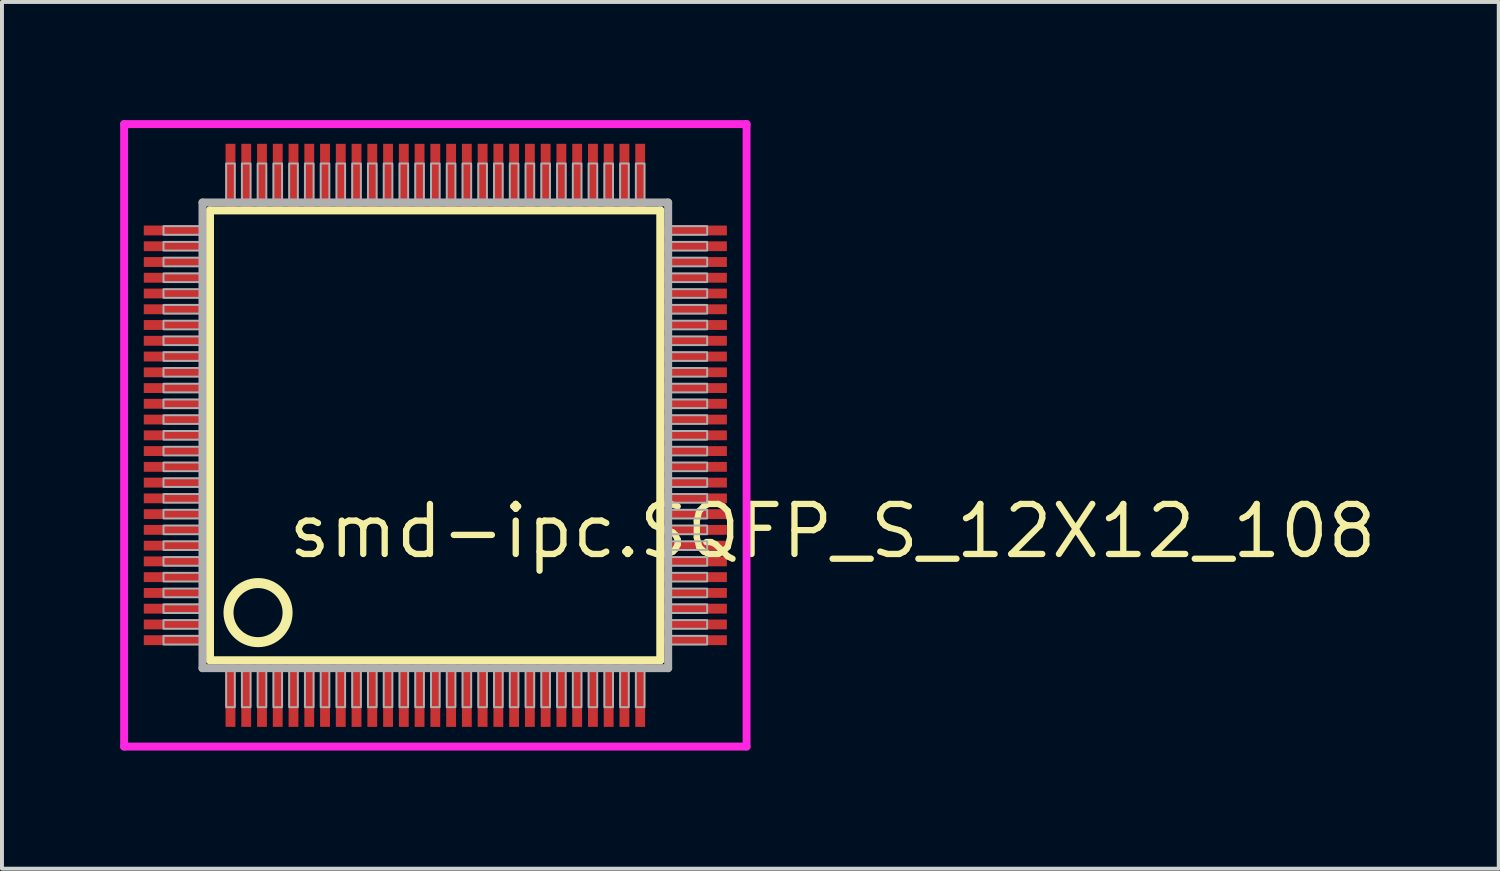
<source format=kicad_pcb>
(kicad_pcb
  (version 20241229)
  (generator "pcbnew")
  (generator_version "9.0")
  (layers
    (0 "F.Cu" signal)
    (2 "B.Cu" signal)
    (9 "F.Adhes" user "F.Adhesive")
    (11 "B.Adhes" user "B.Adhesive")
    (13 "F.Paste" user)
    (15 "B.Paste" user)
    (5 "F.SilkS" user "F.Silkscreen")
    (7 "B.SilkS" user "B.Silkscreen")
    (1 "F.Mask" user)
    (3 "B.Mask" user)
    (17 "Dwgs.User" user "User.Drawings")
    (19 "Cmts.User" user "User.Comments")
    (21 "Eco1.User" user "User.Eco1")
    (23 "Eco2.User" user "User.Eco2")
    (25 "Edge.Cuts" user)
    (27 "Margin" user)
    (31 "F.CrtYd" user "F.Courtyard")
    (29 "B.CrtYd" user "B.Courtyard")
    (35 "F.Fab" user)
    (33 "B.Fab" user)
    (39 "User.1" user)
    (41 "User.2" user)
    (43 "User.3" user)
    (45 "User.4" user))
  (footprint "smd-ipc.SQFP_S_12X12_108"
    (layer "F.Cu")
    (at 8 8)
    (property "Reference" "smd-ipc.SQFP_S_12X12_108" (at -3.81 3.175 0) (layer "F.SilkS") (effects (font (size 1.27 1.27) (thickness 0.16)) (justify left bottom)))
    (attr smd)
    (fp_line (start -5.72 -5.71) (end 5.71 -5.71) (stroke (width 0.203) (type default)) (layer "F.SilkS"))
    (fp_line (start -5.72 5.71) (end -5.72 -5.71) (stroke (width 0.203) (type default)) (layer "F.SilkS"))
    (fp_line (start 5.71 -5.71) (end 5.71 5.71) (stroke (width 0.203) (type default)) (layer "F.SilkS"))
    (fp_line (start 5.71 5.71) (end -5.72 5.71) (stroke (width 0.203) (type default)) (layer "F.SilkS"))
    (fp_circle (center -4.5 4.5) (end -3.75 4.5) (stroke (width 0.254) (type default)) (fill no) (layer "F.SilkS"))
    (fp_line (start -7.9 -7.9) (end 7.9 -7.9) (stroke (width 0.2) (type default)) (layer "F.CrtYd"))
    (fp_line (start -7.9 7.9) (end -7.9 -7.9) (stroke (width 0.2) (type default)) (layer "F.CrtYd"))
    (fp_line (start 7.9 -7.9) (end 7.9 7.9) (stroke (width 0.2) (type default)) (layer "F.CrtYd"))
    (fp_line (start 7.9 7.9) (end -7.9 7.9) (stroke (width 0.2) (type default)) (layer "F.CrtYd"))
    (fp_line (start -5.91 -5.91) (end -5.91 5.91) (stroke (width 0.203) (type default)) (layer "F.Fab"))
    (fp_line (start -5.91 5.91) (end 5.91 5.91) (stroke (width 0.203) (type default)) (layer "F.Fab"))
    (fp_line (start 5.91 -5.91) (end -5.91 -5.91) (stroke (width 0.203) (type default)) (layer "F.Fab"))
    (fp_line (start 5.91 5.91) (end 5.91 -5.91) (stroke (width 0.203) (type default)) (layer "F.Fab"))
    (fp_rect (start -6.9 -5.09) (end -5.95 -5.31) (stroke (width 0.05) (type default)) (fill no) (layer "F.Fab"))
    (fp_rect (start -6.9 -4.69) (end -5.95 -4.91) (stroke (width 0.05) (type default)) (fill no) (layer "F.Fab"))
    (fp_rect (start -6.9 -4.29) (end -5.95 -4.51) (stroke (width 0.05) (type default)) (fill no) (layer "F.Fab"))
    (fp_rect (start -6.9 -3.89) (end -5.95 -4.11) (stroke (width 0.05) (type default)) (fill no) (layer "F.Fab"))
    (fp_rect (start -6.9 -3.49) (end -5.95 -3.71) (stroke (width 0.05) (type default)) (fill no) (layer "F.Fab"))
    (fp_rect (start -6.9 -3.09) (end -5.95 -3.31) (stroke (width 0.05) (type default)) (fill no) (layer "F.Fab"))
    (fp_rect (start -6.9 -2.69) (end -5.95 -2.91) (stroke (width 0.05) (type default)) (fill no) (layer "F.Fab"))
    (fp_rect (start -6.9 -2.29) (end -5.95 -2.51) (stroke (width 0.05) (type default)) (fill no) (layer "F.Fab"))
    (fp_rect (start -6.9 -1.89) (end -5.95 -2.11) (stroke (width 0.05) (type default)) (fill no) (layer "F.Fab"))
    (fp_rect (start -6.9 -1.49) (end -5.95 -1.71) (stroke (width 0.05) (type default)) (fill no) (layer "F.Fab"))
    (fp_rect (start -6.9 -1.09) (end -5.95 -1.31) (stroke (width 0.05) (type default)) (fill no) (layer "F.Fab"))
    (fp_rect (start -6.9 -0.69) (end -5.95 -0.91) (stroke (width 0.05) (type default)) (fill no) (layer "F.Fab"))
    (fp_rect (start -6.9 -0.29) (end -5.95 -0.51) (stroke (width 0.05) (type default)) (fill no) (layer "F.Fab"))
    (fp_rect (start -6.9 0.11) (end -5.95 -0.11) (stroke (width 0.05) (type default)) (fill no) (layer "F.Fab"))
    (fp_rect (start -6.9 0.51) (end -5.95 0.29) (stroke (width 0.05) (type default)) (fill no) (layer "F.Fab"))
    (fp_rect (start -6.9 0.91) (end -5.95 0.69) (stroke (width 0.05) (type default)) (fill no) (layer "F.Fab"))
    (fp_rect (start -6.9 1.31) (end -5.95 1.09) (stroke (width 0.05) (type default)) (fill no) (layer "F.Fab"))
    (fp_rect (start -6.9 1.71) (end -5.95 1.49) (stroke (width 0.05) (type default)) (fill no) (layer "F.Fab"))
    (fp_rect (start -6.9 2.11) (end -5.95 1.89) (stroke (width 0.05) (type default)) (fill no) (layer "F.Fab"))
    (fp_rect (start -6.9 2.51) (end -5.95 2.29) (stroke (width 0.05) (type default)) (fill no) (layer "F.Fab"))
    (fp_rect (start -6.9 2.91) (end -5.95 2.69) (stroke (width 0.05) (type default)) (fill no) (layer "F.Fab"))
    (fp_rect (start -6.9 3.31) (end -5.95 3.09) (stroke (width 0.05) (type default)) (fill no) (layer "F.Fab"))
    (fp_rect (start -6.9 3.71) (end -5.95 3.49) (stroke (width 0.05) (type default)) (fill no) (layer "F.Fab"))
    (fp_rect (start -6.9 4.11) (end -5.95 3.89) (stroke (width 0.05) (type default)) (fill no) (layer "F.Fab"))
    (fp_rect (start -6.9 4.51) (end -5.95 4.29) (stroke (width 0.05) (type default)) (fill no) (layer "F.Fab"))
    (fp_rect (start -6.9 4.91) (end -5.95 4.69) (stroke (width 0.05) (type default)) (fill no) (layer "F.Fab"))
    (fp_rect (start -6.9 5.31) (end -5.95 5.09) (stroke (width 0.05) (type default)) (fill no) (layer "F.Fab"))
    (fp_rect (start -5.31 -5.95) (end -5.09 -6.9) (stroke (width 0.05) (type default)) (fill no) (layer "F.Fab"))
    (fp_rect (start -5.31 6.9) (end -5.09 5.95) (stroke (width 0.05) (type default)) (fill no) (layer "F.Fab"))
    (fp_rect (start -4.91 -5.95) (end -4.69 -6.9) (stroke (width 0.05) (type default)) (fill no) (layer "F.Fab"))
    (fp_rect (start -4.91 6.9) (end -4.69 5.95) (stroke (width 0.05) (type default)) (fill no) (layer "F.Fab"))
    (fp_rect (start -4.51 -5.95) (end -4.29 -6.9) (stroke (width 0.05) (type default)) (fill no) (layer "F.Fab"))
    (fp_rect (start -4.51 6.9) (end -4.29 5.95) (stroke (width 0.05) (type default)) (fill no) (layer "F.Fab"))
    (fp_rect (start -4.11 -5.95) (end -3.89 -6.9) (stroke (width 0.05) (type default)) (fill no) (layer "F.Fab"))
    (fp_rect (start -4.11 6.9) (end -3.89 5.95) (stroke (width 0.05) (type default)) (fill no) (layer "F.Fab"))
    (fp_rect (start -3.71 -5.95) (end -3.49 -6.9) (stroke (width 0.05) (type default)) (fill no) (layer "F.Fab"))
    (fp_rect (start -3.71 6.9) (end -3.49 5.95) (stroke (width 0.05) (type default)) (fill no) (layer "F.Fab"))
    (fp_rect (start -3.31 -5.95) (end -3.09 -6.9) (stroke (width 0.05) (type default)) (fill no) (layer "F.Fab"))
    (fp_rect (start -3.31 6.9) (end -3.09 5.95) (stroke (width 0.05) (type default)) (fill no) (layer "F.Fab"))
    (fp_rect (start -2.91 -5.95) (end -2.69 -6.9) (stroke (width 0.05) (type default)) (fill no) (layer "F.Fab"))
    (fp_rect (start -2.91 6.9) (end -2.69 5.95) (stroke (width 0.05) (type default)) (fill no) (layer "F.Fab"))
    (fp_rect (start -2.51 -5.95) (end -2.29 -6.9) (stroke (width 0.05) (type default)) (fill no) (layer "F.Fab"))
    (fp_rect (start -2.51 6.9) (end -2.29 5.95) (stroke (width 0.05) (type default)) (fill no) (layer "F.Fab"))
    (fp_rect (start -2.11 -5.95) (end -1.89 -6.9) (stroke (width 0.05) (type default)) (fill no) (layer "F.Fab"))
    (fp_rect (start -2.11 6.9) (end -1.89 5.95) (stroke (width 0.05) (type default)) (fill no) (layer "F.Fab"))
    (fp_rect (start -1.71 -5.95) (end -1.49 -6.9) (stroke (width 0.05) (type default)) (fill no) (layer "F.Fab"))
    (fp_rect (start -1.71 6.9) (end -1.49 5.95) (stroke (width 0.05) (type default)) (fill no) (layer "F.Fab"))
    (fp_rect (start -1.31 -5.95) (end -1.09 -6.9) (stroke (width 0.05) (type default)) (fill no) (layer "F.Fab"))
    (fp_rect (start -1.31 6.9) (end -1.09 5.95) (stroke (width 0.05) (type default)) (fill no) (layer "F.Fab"))
    (fp_rect (start -0.91 -5.95) (end -0.69 -6.9) (stroke (width 0.05) (type default)) (fill no) (layer "F.Fab"))
    (fp_rect (start -0.91 6.9) (end -0.69 5.95) (stroke (width 0.05) (type default)) (fill no) (layer "F.Fab"))
    (fp_rect (start -0.51 -5.95) (end -0.29 -6.9) (stroke (width 0.05) (type default)) (fill no) (layer "F.Fab"))
    (fp_rect (start -0.51 6.9) (end -0.29 5.95) (stroke (width 0.05) (type default)) (fill no) (layer "F.Fab"))
    (fp_rect (start -0.11 -5.95) (end 0.11 -6.9) (stroke (width 0.05) (type default)) (fill no) (layer "F.Fab"))
    (fp_rect (start -0.11 6.9) (end 0.11 5.95) (stroke (width 0.05) (type default)) (fill no) (layer "F.Fab"))
    (fp_rect (start 0.29 -5.95) (end 0.51 -6.9) (stroke (width 0.05) (type default)) (fill no) (layer "F.Fab"))
    (fp_rect (start 0.29 6.9) (end 0.51 5.95) (stroke (width 0.05) (type default)) (fill no) (layer "F.Fab"))
    (fp_rect (start 0.69 -5.95) (end 0.91 -6.9) (stroke (width 0.05) (type default)) (fill no) (layer "F.Fab"))
    (fp_rect (start 0.69 6.9) (end 0.91 5.95) (stroke (width 0.05) (type default)) (fill no) (layer "F.Fab"))
    (fp_rect (start 1.09 -5.95) (end 1.31 -6.9) (stroke (width 0.05) (type default)) (fill no) (layer "F.Fab"))
    (fp_rect (start 1.09 6.9) (end 1.31 5.95) (stroke (width 0.05) (type default)) (fill no) (layer "F.Fab"))
    (fp_rect (start 1.49 -5.95) (end 1.71 -6.9) (stroke (width 0.05) (type default)) (fill no) (layer "F.Fab"))
    (fp_rect (start 1.49 6.9) (end 1.71 5.95) (stroke (width 0.05) (type default)) (fill no) (layer "F.Fab"))
    (fp_rect (start 1.89 -5.95) (end 2.11 -6.9) (stroke (width 0.05) (type default)) (fill no) (layer "F.Fab"))
    (fp_rect (start 1.89 6.9) (end 2.11 5.95) (stroke (width 0.05) (type default)) (fill no) (layer "F.Fab"))
    (fp_rect (start 2.29 -5.95) (end 2.51 -6.9) (stroke (width 0.05) (type default)) (fill no) (layer "F.Fab"))
    (fp_rect (start 2.29 6.9) (end 2.51 5.95) (stroke (width 0.05) (type default)) (fill no) (layer "F.Fab"))
    (fp_rect (start 2.69 -5.95) (end 2.91 -6.9) (stroke (width 0.05) (type default)) (fill no) (layer "F.Fab"))
    (fp_rect (start 2.69 6.9) (end 2.91 5.95) (stroke (width 0.05) (type default)) (fill no) (layer "F.Fab"))
    (fp_rect (start 3.09 -5.95) (end 3.31 -6.9) (stroke (width 0.05) (type default)) (fill no) (layer "F.Fab"))
    (fp_rect (start 3.09 6.9) (end 3.31 5.95) (stroke (width 0.05) (type default)) (fill no) (layer "F.Fab"))
    (fp_rect (start 3.49 -5.95) (end 3.71 -6.9) (stroke (width 0.05) (type default)) (fill no) (layer "F.Fab"))
    (fp_rect (start 3.49 6.9) (end 3.71 5.95) (stroke (width 0.05) (type default)) (fill no) (layer "F.Fab"))
    (fp_rect (start 3.89 -5.95) (end 4.11 -6.9) (stroke (width 0.05) (type default)) (fill no) (layer "F.Fab"))
    (fp_rect (start 3.89 6.9) (end 4.11 5.95) (stroke (width 0.05) (type default)) (fill no) (layer "F.Fab"))
    (fp_rect (start 4.29 -5.95) (end 4.51 -6.9) (stroke (width 0.05) (type default)) (fill no) (layer "F.Fab"))
    (fp_rect (start 4.29 6.9) (end 4.51 5.95) (stroke (width 0.05) (type default)) (fill no) (layer "F.Fab"))
    (fp_rect (start 4.69 -5.95) (end 4.91 -6.9) (stroke (width 0.05) (type default)) (fill no) (layer "F.Fab"))
    (fp_rect (start 4.69 6.9) (end 4.91 5.95) (stroke (width 0.05) (type default)) (fill no) (layer "F.Fab"))
    (fp_rect (start 5.09 -5.95) (end 5.31 -6.9) (stroke (width 0.05) (type default)) (fill no) (layer "F.Fab"))
    (fp_rect (start 5.09 6.9) (end 5.31 5.95) (stroke (width 0.05) (type default)) (fill no) (layer "F.Fab"))
    (fp_rect (start 5.95 -5.09) (end 6.9 -5.31) (stroke (width 0.05) (type default)) (fill no) (layer "F.Fab"))
    (fp_rect (start 5.95 -4.69) (end 6.9 -4.91) (stroke (width 0.05) (type default)) (fill no) (layer "F.Fab"))
    (fp_rect (start 5.95 -4.29) (end 6.9 -4.51) (stroke (width 0.05) (type default)) (fill no) (layer "F.Fab"))
    (fp_rect (start 5.95 -3.89) (end 6.9 -4.11) (stroke (width 0.05) (type default)) (fill no) (layer "F.Fab"))
    (fp_rect (start 5.95 -3.49) (end 6.9 -3.71) (stroke (width 0.05) (type default)) (fill no) (layer "F.Fab"))
    (fp_rect (start 5.95 -3.09) (end 6.9 -3.31) (stroke (width 0.05) (type default)) (fill no) (layer "F.Fab"))
    (fp_rect (start 5.95 -2.69) (end 6.9 -2.91) (stroke (width 0.05) (type default)) (fill no) (layer "F.Fab"))
    (fp_rect (start 5.95 -2.29) (end 6.9 -2.51) (stroke (width 0.05) (type default)) (fill no) (layer "F.Fab"))
    (fp_rect (start 5.95 -1.89) (end 6.9 -2.11) (stroke (width 0.05) (type default)) (fill no) (layer "F.Fab"))
    (fp_rect (start 5.95 -1.49) (end 6.9 -1.71) (stroke (width 0.05) (type default)) (fill no) (layer "F.Fab"))
    (fp_rect (start 5.95 -1.09) (end 6.9 -1.31) (stroke (width 0.05) (type default)) (fill no) (layer "F.Fab"))
    (fp_rect (start 5.95 -0.69) (end 6.9 -0.91) (stroke (width 0.05) (type default)) (fill no) (layer "F.Fab"))
    (fp_rect (start 5.95 -0.29) (end 6.9 -0.51) (stroke (width 0.05) (type default)) (fill no) (layer "F.Fab"))
    (fp_rect (start 5.95 0.11) (end 6.9 -0.11) (stroke (width 0.05) (type default)) (fill no) (layer "F.Fab"))
    (fp_rect (start 5.95 0.51) (end 6.9 0.29) (stroke (width 0.05) (type default)) (fill no) (layer "F.Fab"))
    (fp_rect (start 5.95 0.91) (end 6.9 0.69) (stroke (width 0.05) (type default)) (fill no) (layer "F.Fab"))
    (fp_rect (start 5.95 1.31) (end 6.9 1.09) (stroke (width 0.05) (type default)) (fill no) (layer "F.Fab"))
    (fp_rect (start 5.95 1.71) (end 6.9 1.49) (stroke (width 0.05) (type default)) (fill no) (layer "F.Fab"))
    (fp_rect (start 5.95 2.11) (end 6.9 1.89) (stroke (width 0.05) (type default)) (fill no) (layer "F.Fab"))
    (fp_rect (start 5.95 2.51) (end 6.9 2.29) (stroke (width 0.05) (type default)) (fill no) (layer "F.Fab"))
    (fp_rect (start 5.95 2.91) (end 6.9 2.69) (stroke (width 0.05) (type default)) (fill no) (layer "F.Fab"))
    (fp_rect (start 5.95 3.31) (end 6.9 3.09) (stroke (width 0.05) (type default)) (fill no) (layer "F.Fab"))
    (fp_rect (start 5.95 3.71) (end 6.9 3.49) (stroke (width 0.05) (type default)) (fill no) (layer "F.Fab"))
    (fp_rect (start 5.95 4.11) (end 6.9 3.89) (stroke (width 0.05) (type default)) (fill no) (layer "F.Fab"))
    (fp_rect (start 5.95 4.51) (end 6.9 4.29) (stroke (width 0.05) (type default)) (fill no) (layer "F.Fab"))
    (fp_rect (start 5.95 4.91) (end 6.9 4.69) (stroke (width 0.05) (type default)) (fill no) (layer "F.Fab"))
    (fp_rect (start 5.95 5.31) (end 6.9 5.09) (stroke (width 0.05) (type default)) (fill no) (layer "F.Fab"))
    (pad "1" smd roundrect (at -5.2 6.6) (size 0.25 1.6) (layers "F.Cu" "F.Mask" "F.Paste") (roundrect_rratio 0.01))
    (pad "2" smd roundrect (at -4.8 6.6) (size 0.25 1.6) (layers "F.Cu" "F.Mask" "F.Paste") (roundrect_rratio 0.01))
    (pad "3" smd roundrect (at -4.4 6.6) (size 0.25 1.6) (layers "F.Cu" "F.Mask" "F.Paste") (roundrect_rratio 0.01))
    (pad "4" smd roundrect (at -4 6.6) (size 0.25 1.6) (layers "F.Cu" "F.Mask" "F.Paste") (roundrect_rratio 0.01))
    (pad "5" smd roundrect (at -3.6 6.6) (size 0.25 1.6) (layers "F.Cu" "F.Mask" "F.Paste") (roundrect_rratio 0.01))
    (pad "6" smd roundrect (at -3.2 6.6) (size 0.25 1.6) (layers "F.Cu" "F.Mask" "F.Paste") (roundrect_rratio 0.01))
    (pad "7" smd roundrect (at -2.8 6.6) (size 0.25 1.6) (layers "F.Cu" "F.Mask" "F.Paste") (roundrect_rratio 0.01))
    (pad "8" smd roundrect (at -2.4 6.6) (size 0.25 1.6) (layers "F.Cu" "F.Mask" "F.Paste") (roundrect_rratio 0.01))
    (pad "9" smd roundrect (at -2 6.6) (size 0.25 1.6) (layers "F.Cu" "F.Mask" "F.Paste") (roundrect_rratio 0.01))
    (pad "10" smd roundrect (at -1.6 6.6) (size 0.25 1.6) (layers "F.Cu" "F.Mask" "F.Paste") (roundrect_rratio 0.01))
    (pad "11" smd roundrect (at -1.2 6.6) (size 0.25 1.6) (layers "F.Cu" "F.Mask" "F.Paste") (roundrect_rratio 0.01))
    (pad "12" smd roundrect (at -0.8 6.6) (size 0.25 1.6) (layers "F.Cu" "F.Mask" "F.Paste") (roundrect_rratio 0.01))
    (pad "13" smd roundrect (at -0.4 6.6) (size 0.25 1.6) (layers "F.Cu" "F.Mask" "F.Paste") (roundrect_rratio 0.01))
    (pad "14" smd roundrect (at 0 6.6) (size 0.25 1.6) (layers "F.Cu" "F.Mask" "F.Paste") (roundrect_rratio 0.01))
    (pad "15" smd roundrect (at 0.4 6.6) (size 0.25 1.6) (layers "F.Cu" "F.Mask" "F.Paste") (roundrect_rratio 0.01))
    (pad "16" smd roundrect (at 0.8 6.6) (size 0.25 1.6) (layers "F.Cu" "F.Mask" "F.Paste") (roundrect_rratio 0.01))
    (pad "17" smd roundrect (at 1.2 6.6) (size 0.25 1.6) (layers "F.Cu" "F.Mask" "F.Paste") (roundrect_rratio 0.01))
    (pad "18" smd roundrect (at 1.6 6.6) (size 0.25 1.6) (layers "F.Cu" "F.Mask" "F.Paste") (roundrect_rratio 0.01))
    (pad "19" smd roundrect (at 2 6.6) (size 0.25 1.6) (layers "F.Cu" "F.Mask" "F.Paste") (roundrect_rratio 0.01))
    (pad "20" smd roundrect (at 2.4 6.6) (size 0.25 1.6) (layers "F.Cu" "F.Mask" "F.Paste") (roundrect_rratio 0.01))
    (pad "21" smd roundrect (at 2.8 6.6) (size 0.25 1.6) (layers "F.Cu" "F.Mask" "F.Paste") (roundrect_rratio 0.01))
    (pad "22" smd roundrect (at 3.2 6.6) (size 0.25 1.6) (layers "F.Cu" "F.Mask" "F.Paste") (roundrect_rratio 0.01))
    (pad "23" smd roundrect (at 3.6 6.6) (size 0.25 1.6) (layers "F.Cu" "F.Mask" "F.Paste") (roundrect_rratio 0.01))
    (pad "24" smd roundrect (at 4 6.6) (size 0.25 1.6) (layers "F.Cu" "F.Mask" "F.Paste") (roundrect_rratio 0.01))
    (pad "25" smd roundrect (at 4.4 6.6) (size 0.25 1.6) (layers "F.Cu" "F.Mask" "F.Paste") (roundrect_rratio 0.01))
    (pad "26" smd roundrect (at 4.8 6.6) (size 0.25 1.6) (layers "F.Cu" "F.Mask" "F.Paste") (roundrect_rratio 0.01))
    (pad "27" smd roundrect (at 5.2 6.6) (size 0.25 1.6) (layers "F.Cu" "F.Mask" "F.Paste") (roundrect_rratio 0.01))
    (pad "28" smd roundrect (at 6.6 5.2) (size 1.6 0.25) (layers "F.Cu" "F.Mask" "F.Paste") (roundrect_rratio 0.01))
    (pad "29" smd roundrect (at 6.6 4.8) (size 1.6 0.25) (layers "F.Cu" "F.Mask" "F.Paste") (roundrect_rratio 0.01))
    (pad "30" smd roundrect (at 6.6 4.4) (size 1.6 0.25) (layers "F.Cu" "F.Mask" "F.Paste") (roundrect_rratio 0.01))
    (pad "31" smd roundrect (at 6.6 4) (size 1.6 0.25) (layers "F.Cu" "F.Mask" "F.Paste") (roundrect_rratio 0.01))
    (pad "32" smd roundrect (at 6.6 3.6) (size 1.6 0.25) (layers "F.Cu" "F.Mask" "F.Paste") (roundrect_rratio 0.01))
    (pad "33" smd roundrect (at 6.6 3.2) (size 1.6 0.25) (layers "F.Cu" "F.Mask" "F.Paste") (roundrect_rratio 0.01))
    (pad "34" smd roundrect (at 6.6 2.8) (size 1.6 0.25) (layers "F.Cu" "F.Mask" "F.Paste") (roundrect_rratio 0.01))
    (pad "35" smd roundrect (at 6.6 2.4) (size 1.6 0.25) (layers "F.Cu" "F.Mask" "F.Paste") (roundrect_rratio 0.01))
    (pad "36" smd roundrect (at 6.6 2) (size 1.6 0.25) (layers "F.Cu" "F.Mask" "F.Paste") (roundrect_rratio 0.01))
    (pad "37" smd roundrect (at 6.6 1.6) (size 1.6 0.25) (layers "F.Cu" "F.Mask" "F.Paste") (roundrect_rratio 0.01))
    (pad "38" smd roundrect (at 6.6 1.2) (size 1.6 0.25) (layers "F.Cu" "F.Mask" "F.Paste") (roundrect_rratio 0.01))
    (pad "39" smd roundrect (at 6.6 0.8) (size 1.6 0.25) (layers "F.Cu" "F.Mask" "F.Paste") (roundrect_rratio 0.01))
    (pad "40" smd roundrect (at 6.6 0.4) (size 1.6 0.25) (layers "F.Cu" "F.Mask" "F.Paste") (roundrect_rratio 0.01))
    (pad "41" smd roundrect (at 6.6 0) (size 1.6 0.25) (layers "F.Cu" "F.Mask" "F.Paste") (roundrect_rratio 0.01))
    (pad "42" smd roundrect (at 6.6 -0.4) (size 1.6 0.25) (layers "F.Cu" "F.Mask" "F.Paste") (roundrect_rratio 0.01))
    (pad "43" smd roundrect (at 6.6 -0.8) (size 1.6 0.25) (layers "F.Cu" "F.Mask" "F.Paste") (roundrect_rratio 0.01))
    (pad "44" smd roundrect (at 6.6 -1.2) (size 1.6 0.25) (layers "F.Cu" "F.Mask" "F.Paste") (roundrect_rratio 0.01))
    (pad "45" smd roundrect (at 6.6 -1.6) (size 1.6 0.25) (layers "F.Cu" "F.Mask" "F.Paste") (roundrect_rratio 0.01))
    (pad "46" smd roundrect (at 6.6 -2) (size 1.6 0.25) (layers "F.Cu" "F.Mask" "F.Paste") (roundrect_rratio 0.01))
    (pad "47" smd roundrect (at 6.6 -2.4) (size 1.6 0.25) (layers "F.Cu" "F.Mask" "F.Paste") (roundrect_rratio 0.01))
    (pad "48" smd roundrect (at 6.6 -2.8) (size 1.6 0.25) (layers "F.Cu" "F.Mask" "F.Paste") (roundrect_rratio 0.01))
    (pad "49" smd roundrect (at 6.6 -3.2) (size 1.6 0.25) (layers "F.Cu" "F.Mask" "F.Paste") (roundrect_rratio 0.01))
    (pad "50" smd roundrect (at 6.6 -3.6) (size 1.6 0.25) (layers "F.Cu" "F.Mask" "F.Paste") (roundrect_rratio 0.01))
    (pad "51" smd roundrect (at 6.6 -4) (size 1.6 0.25) (layers "F.Cu" "F.Mask" "F.Paste") (roundrect_rratio 0.01))
    (pad "52" smd roundrect (at 6.6 -4.4) (size 1.6 0.25) (layers "F.Cu" "F.Mask" "F.Paste") (roundrect_rratio 0.01))
    (pad "53" smd roundrect (at 6.6 -4.8) (size 1.6 0.25) (layers "F.Cu" "F.Mask" "F.Paste") (roundrect_rratio 0.01))
    (pad "54" smd roundrect (at 6.6 -5.2) (size 1.6 0.25) (layers "F.Cu" "F.Mask" "F.Paste") (roundrect_rratio 0.01))
    (pad "55" smd roundrect (at 5.2 -6.6) (size 0.25 1.6) (layers "F.Cu" "F.Mask" "F.Paste") (roundrect_rratio 0.01))
    (pad "56" smd roundrect (at 4.8 -6.6) (size 0.25 1.6) (layers "F.Cu" "F.Mask" "F.Paste") (roundrect_rratio 0.01))
    (pad "57" smd roundrect (at 4.4 -6.6) (size 0.25 1.6) (layers "F.Cu" "F.Mask" "F.Paste") (roundrect_rratio 0.01))
    (pad "58" smd roundrect (at 4 -6.6) (size 0.25 1.6) (layers "F.Cu" "F.Mask" "F.Paste") (roundrect_rratio 0.01))
    (pad "59" smd roundrect (at 3.6 -6.6) (size 0.25 1.6) (layers "F.Cu" "F.Mask" "F.Paste") (roundrect_rratio 0.01))
    (pad "60" smd roundrect (at 3.2 -6.6) (size 0.25 1.6) (layers "F.Cu" "F.Mask" "F.Paste") (roundrect_rratio 0.01))
    (pad "61" smd roundrect (at 2.8 -6.6) (size 0.25 1.6) (layers "F.Cu" "F.Mask" "F.Paste") (roundrect_rratio 0.01))
    (pad "62" smd roundrect (at 2.4 -6.6) (size 0.25 1.6) (layers "F.Cu" "F.Mask" "F.Paste") (roundrect_rratio 0.01))
    (pad "63" smd roundrect (at 2 -6.6) (size 0.25 1.6) (layers "F.Cu" "F.Mask" "F.Paste") (roundrect_rratio 0.01))
    (pad "64" smd roundrect (at 1.6 -6.6) (size 0.25 1.6) (layers "F.Cu" "F.Mask" "F.Paste") (roundrect_rratio 0.01))
    (pad "65" smd roundrect (at 1.2 -6.6) (size 0.25 1.6) (layers "F.Cu" "F.Mask" "F.Paste") (roundrect_rratio 0.01))
    (pad "66" smd roundrect (at 0.8 -6.6) (size 0.25 1.6) (layers "F.Cu" "F.Mask" "F.Paste") (roundrect_rratio 0.01))
    (pad "67" smd roundrect (at 0.4 -6.6) (size 0.25 1.6) (layers "F.Cu" "F.Mask" "F.Paste") (roundrect_rratio 0.01))
    (pad "68" smd roundrect (at 0 -6.6) (size 0.25 1.6) (layers "F.Cu" "F.Mask" "F.Paste") (roundrect_rratio 0.01))
    (pad "69" smd roundrect (at -0.4 -6.6) (size 0.25 1.6) (layers "F.Cu" "F.Mask" "F.Paste") (roundrect_rratio 0.01))
    (pad "70" smd roundrect (at -0.8 -6.6) (size 0.25 1.6) (layers "F.Cu" "F.Mask" "F.Paste") (roundrect_rratio 0.01))
    (pad "71" smd roundrect (at -1.2 -6.6) (size 0.25 1.6) (layers "F.Cu" "F.Mask" "F.Paste") (roundrect_rratio 0.01))
    (pad "72" smd roundrect (at -1.6 -6.6) (size 0.25 1.6) (layers "F.Cu" "F.Mask" "F.Paste") (roundrect_rratio 0.01))
    (pad "73" smd roundrect (at -2 -6.6) (size 0.25 1.6) (layers "F.Cu" "F.Mask" "F.Paste") (roundrect_rratio 0.01))
    (pad "74" smd roundrect (at -2.4 -6.6) (size 0.25 1.6) (layers "F.Cu" "F.Mask" "F.Paste") (roundrect_rratio 0.01))
    (pad "75" smd roundrect (at -2.8 -6.6) (size 0.25 1.6) (layers "F.Cu" "F.Mask" "F.Paste") (roundrect_rratio 0.01))
    (pad "76" smd roundrect (at -3.2 -6.6) (size 0.25 1.6) (layers "F.Cu" "F.Mask" "F.Paste") (roundrect_rratio 0.01))
    (pad "77" smd roundrect (at -3.6 -6.6) (size 0.25 1.6) (layers "F.Cu" "F.Mask" "F.Paste") (roundrect_rratio 0.01))
    (pad "78" smd roundrect (at -4 -6.6) (size 0.25 1.6) (layers "F.Cu" "F.Mask" "F.Paste") (roundrect_rratio 0.01))
    (pad "79" smd roundrect (at -4.4 -6.6) (size 0.25 1.6) (layers "F.Cu" "F.Mask" "F.Paste") (roundrect_rratio 0.01))
    (pad "80" smd roundrect (at -4.8 -6.6) (size 0.25 1.6) (layers "F.Cu" "F.Mask" "F.Paste") (roundrect_rratio 0.01))
    (pad "81" smd roundrect (at -5.2 -6.6) (size 0.25 1.6) (layers "F.Cu" "F.Mask" "F.Paste") (roundrect_rratio 0.01))
    (pad "82" smd roundrect (at -6.6 -5.2) (size 1.6 0.25) (layers "F.Cu" "F.Mask" "F.Paste") (roundrect_rratio 0.01))
    (pad "83" smd roundrect (at -6.6 -4.8) (size 1.6 0.25) (layers "F.Cu" "F.Mask" "F.Paste") (roundrect_rratio 0.01))
    (pad "84" smd roundrect (at -6.6 -4.4) (size 1.6 0.25) (layers "F.Cu" "F.Mask" "F.Paste") (roundrect_rratio 0.01))
    (pad "85" smd roundrect (at -6.6 -4) (size 1.6 0.25) (layers "F.Cu" "F.Mask" "F.Paste") (roundrect_rratio 0.01))
    (pad "86" smd roundrect (at -6.6 -3.6) (size 1.6 0.25) (layers "F.Cu" "F.Mask" "F.Paste") (roundrect_rratio 0.01))
    (pad "87" smd roundrect (at -6.6 -3.2) (size 1.6 0.25) (layers "F.Cu" "F.Mask" "F.Paste") (roundrect_rratio 0.01))
    (pad "88" smd roundrect (at -6.6 -2.8) (size 1.6 0.25) (layers "F.Cu" "F.Mask" "F.Paste") (roundrect_rratio 0.01))
    (pad "89" smd roundrect (at -6.6 -2.4) (size 1.6 0.25) (layers "F.Cu" "F.Mask" "F.Paste") (roundrect_rratio 0.01))
    (pad "90" smd roundrect (at -6.6 -2) (size 1.6 0.25) (layers "F.Cu" "F.Mask" "F.Paste") (roundrect_rratio 0.01))
    (pad "91" smd roundrect (at -6.6 -1.6) (size 1.6 0.25) (layers "F.Cu" "F.Mask" "F.Paste") (roundrect_rratio 0.01))
    (pad "92" smd roundrect (at -6.6 -1.2) (size 1.6 0.25) (layers "F.Cu" "F.Mask" "F.Paste") (roundrect_rratio 0.01))
    (pad "93" smd roundrect (at -6.6 -0.8) (size 1.6 0.25) (layers "F.Cu" "F.Mask" "F.Paste") (roundrect_rratio 0.01))
    (pad "94" smd roundrect (at -6.6 -0.4) (size 1.6 0.25) (layers "F.Cu" "F.Mask" "F.Paste") (roundrect_rratio 0.01))
    (pad "95" smd roundrect (at -6.6 0) (size 1.6 0.25) (layers "F.Cu" "F.Mask" "F.Paste") (roundrect_rratio 0.01))
    (pad "96" smd roundrect (at -6.6 0.4) (size 1.6 0.25) (layers "F.Cu" "F.Mask" "F.Paste") (roundrect_rratio 0.01))
    (pad "97" smd roundrect (at -6.6 0.8) (size 1.6 0.25) (layers "F.Cu" "F.Mask" "F.Paste") (roundrect_rratio 0.01))
    (pad "98" smd roundrect (at -6.6 1.2) (size 1.6 0.25) (layers "F.Cu" "F.Mask" "F.Paste") (roundrect_rratio 0.01))
    (pad "99" smd roundrect (at -6.6 1.6) (size 1.6 0.25) (layers "F.Cu" "F.Mask" "F.Paste") (roundrect_rratio 0.01))
    (pad "100" smd roundrect (at -6.6 2) (size 1.6 0.25) (layers "F.Cu" "F.Mask" "F.Paste") (roundrect_rratio 0.01))
    (pad "101" smd roundrect (at -6.6 2.4) (size 1.6 0.25) (layers "F.Cu" "F.Mask" "F.Paste") (roundrect_rratio 0.01))
    (pad "102" smd roundrect (at -6.6 2.8) (size 1.6 0.25) (layers "F.Cu" "F.Mask" "F.Paste") (roundrect_rratio 0.01))
    (pad "103" smd roundrect (at -6.6 3.2) (size 1.6 0.25) (layers "F.Cu" "F.Mask" "F.Paste") (roundrect_rratio 0.01))
    (pad "104" smd roundrect (at -6.6 3.6) (size 1.6 0.25) (layers "F.Cu" "F.Mask" "F.Paste") (roundrect_rratio 0.01))
    (pad "105" smd roundrect (at -6.6 4) (size 1.6 0.25) (layers "F.Cu" "F.Mask" "F.Paste") (roundrect_rratio 0.01))
    (pad "106" smd roundrect (at -6.6 4.4) (size 1.6 0.25) (layers "F.Cu" "F.Mask" "F.Paste") (roundrect_rratio 0.01))
    (pad "107" smd roundrect (at -6.6 4.8) (size 1.6 0.25) (layers "F.Cu" "F.Mask" "F.Paste") (roundrect_rratio 0.01))
    (pad "108" smd roundrect (at -6.6 5.2) (size 1.6 0.25) (layers "F.Cu" "F.Mask" "F.Paste") (roundrect_rratio 0.01)))
  (gr_rect
    (start -3 -3)
    (end 34.993 19)
    (stroke (width 0.1) (type default))
    (fill no)
    (layer "Edge.Cuts")))
</source>
